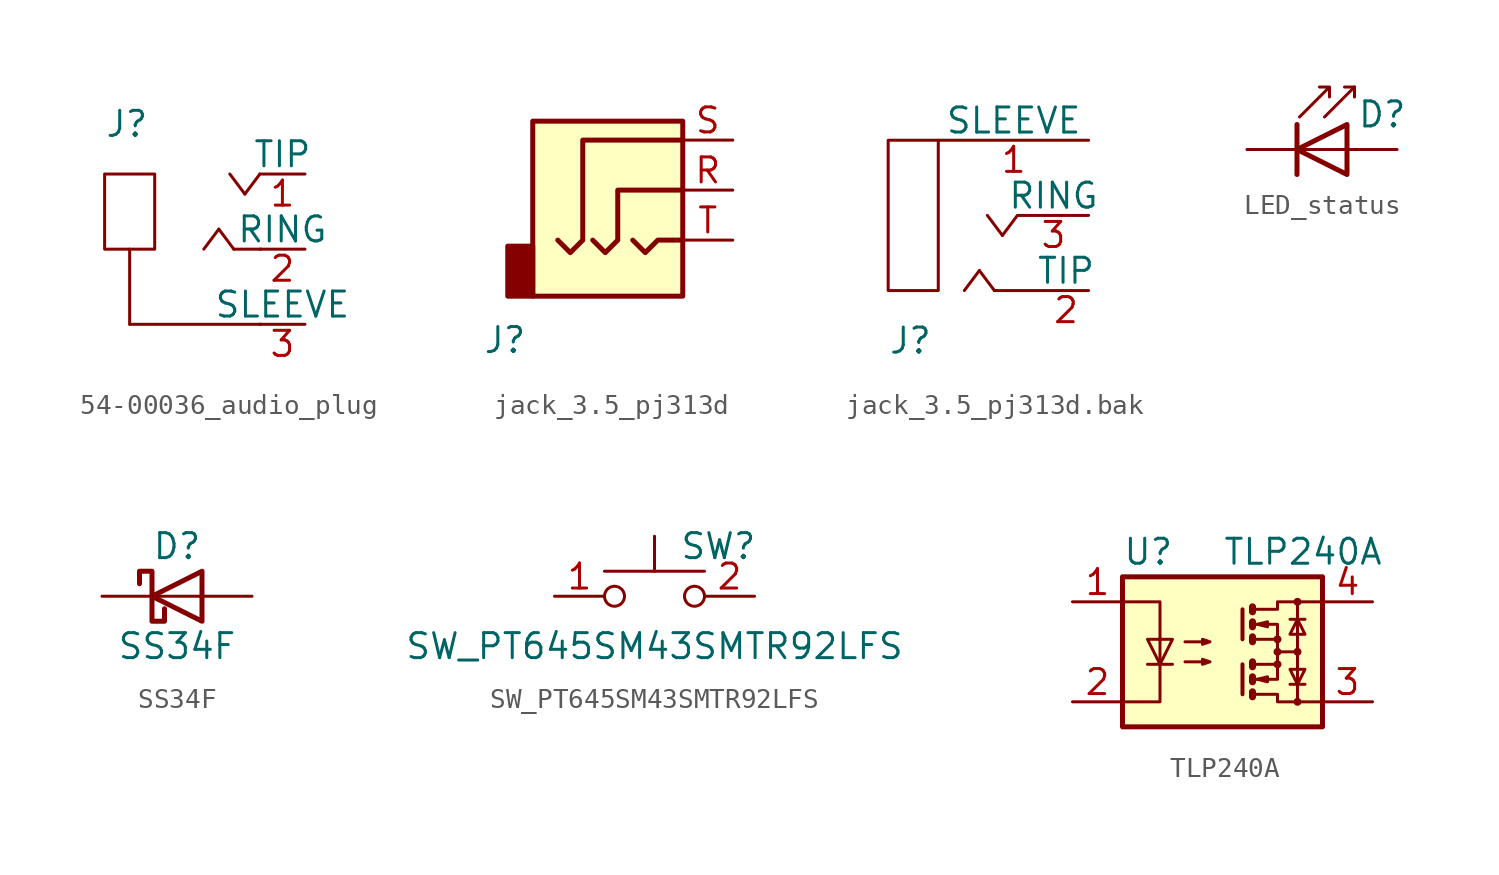
<source format=kicad_sym>
(kicad_symbol_lib
  (version 20220331)
  (generator kicad_symbol_editor)
  (symbol "54-00036_audio_plug"
    (pin_names
      (offset 0))
    (property "Reference" "J"
      (at -7.62 6.35 0)
      (effects (font (size 1.27 1.27)) (justify left)))
    (symbol "54-00036_audio_plug_0_1"
      (polyline (pts (xy -6.35 -3.81) (xy -5.08 -3.81)) (stroke (width 0) (type default)) (fill (type none)))
      (polyline (pts (xy -6.35 0) (xy -6.35 -3.81)) (stroke (width 0) (type default)) (fill (type none)))
      (polyline (pts (xy -5.029 -3.81) (xy 0.305 -3.81)) (stroke (width 0) (type default)) (fill (type none)))
      (polyline (pts (xy -1.067 0) (xy 0.305 0)) (stroke (width 0) (type default)) (fill (type none))))
    (symbol "54-00036_audio_plug_1_1"
      (rectangle (start -7.62 3.81) (end -5.08 0) (stroke (width 0) (type solid)) (fill (type none)))
      (polyline (pts (xy -1.829 1.016) (xy -2.591 0)) (stroke (width 0) (type solid)) (fill (type none)))
      (polyline (pts (xy -1.067 0) (xy -1.829 1.016)) (stroke (width 0) (type solid)) (fill (type none)))
      (polyline (pts (xy -0.508 2.794) (xy -1.27 3.81)) (stroke (width 0) (type solid)) (fill (type none)))
      (polyline (pts (xy 0.254 3.81) (xy -0.508 2.794)) (stroke (width 0) (type solid)) (fill (type none)))
      (pin bidirectional line (at 2.54 3.81 180) (length 2.286) (name "TIP" (effects (font (size 1.27 1.27)))) (number "1" (effects (font (size 1.27 1.27)))))
      (pin bidirectional line (at 2.54 0 180) (length 2.286) (name "RING" (effects (font (size 1.27 1.27)))) (number "2" (effects (font (size 1.27 1.27)))))
      (pin bidirectional line (at 2.54 -3.81 180) (length 2.286) (name "SLEEVE" (effects (font (size 1.27 1.27)))) (number "3" (effects (font (size 1.27 1.27)))))))
  (symbol "jack_3.5_pj313d"
    (pin_names
      (offset 0))
    (property "Reference" "J"
      (at -8.89 -7.62 0)
      (effects (font (size 1.27 1.27)) (justify left)))
    (symbol "jack_3.5_pj313d_0_1"
      (rectangle (start -6.35 -5.385) (end -7.62 -2.845) (stroke (width 0.254) (type default)) (fill (type outline)))
      (rectangle (start -6.35 3.505) (end 1.27 -5.385) (stroke (width 0.254) (type default)) (fill (type background)))
      (polyline (pts (xy -1.27 -2.54) (xy -0.635 -3.175) (xy 0 -2.54) (xy 1.27 -2.54)) (stroke (width 0.254) (type default)) (fill (type none)))
      (polyline (pts (xy -3.302 -2.54) (xy -2.667 -3.175) (xy -2.032 -2.54) (xy -2.032 0) (xy 1.143 0)) (stroke (width 0.254) (type default)) (fill (type none)))
      (polyline (pts (xy 1.27 2.54) (xy -3.81 2.54) (xy -3.81 -2.54) (xy -4.445 -3.175) (xy -5.08 -2.54)) (stroke (width 0.254) (type default)) (fill (type none))))
    (symbol "jack_3.5_pj313d_1_1"
      (pin passive line (at 3.81 0 180) (length 2.54) (name "" (effects (font (size 1.27 1.27)))) (number "R" (effects (font (size 1.27 1.27)))))
      (pin passive line (at 3.81 2.54 180) (length 2.54) (name "" (effects (font (size 1.27 1.27)))) (number "S" (effects (font (size 1.27 1.27)))))
      (pin passive line (at 3.81 -2.54 180) (length 2.54) (name "" (effects (font (size 1.27 1.27)))) (number "T" (effects (font (size 1.27 1.27)))))))
  (symbol "jack_3.5_pj313d.bak"
    (pin_names
      (offset 0))
    (property "Reference" "J"
      (at -8.89 -7.62 0)
      (effects (font (size 1.27 1.27)) (justify left)))
    (symbol "jack_3.5_pj313d.bak_0_1"
      (polyline (pts (xy -3.505 -5.08) (xy -1.016 -5.08)) (stroke (width 0) (type default)) (fill (type none))))
    (symbol "jack_3.5_pj313d.bak_1_1"
      (rectangle (start -8.89 2.54) (end -6.35 -5.08) (stroke (width 0) (type solid)) (fill (type none)))
      (polyline (pts (xy -4.267 -4.064) (xy -5.029 -5.08)) (stroke (width 0) (type solid)) (fill (type none)))
      (polyline (pts (xy -3.505 -5.08) (xy -4.267 -4.064)) (stroke (width 0) (type solid)) (fill (type none)))
      (polyline (pts (xy -3.099 -2.286) (xy -3.861 -1.27)) (stroke (width 0) (type solid)) (fill (type none)))
      (polyline (pts (xy -2.337 -1.27) (xy -3.099 -2.286)) (stroke (width 0) (type solid)) (fill (type none)))
      (pin bidirectional line (at 1.27 2.54 180) (length 7.595) (name "SLEEVE" (effects (font (size 1.27 1.27)))) (number "1" (effects (font (size 1.27 1.27)))))
      (pin bidirectional line (at 1.27 -5.08 180) (length 2.286) (name "TIP" (effects (font (size 1.27 1.27)))) (number "2" (effects (font (size 1.27 1.27)))))
      (pin bidirectional line (at 1.27 -1.27 180) (length 3.556) (name "RING" (effects (font (size 1.27 1.27)))) (number "3" (effects (font (size 1.27 1.27)))))))
  (symbol "LED_status"
    (pin_numbers hide)
    (pin_names
      (offset 1.016) hide)
    (property "Reference" "D"
      (at 0.508 1.778 0)
      (effects (font (size 1.27 1.27)) (justify left)))
    (symbol "LED_status_0_1"
      (polyline (pts (xy -2.54 1.27) (xy -2.54 -1.27)) (stroke (width 0.254) (type default)) (fill (type none)))
      (polyline (pts (xy 0 0) (xy -2.54 0)) (stroke (width 0) (type default)) (fill (type none)))
      (polyline (pts (xy 0.381 3.175) (xy -0.127 3.175)) (stroke (width 0) (type default)) (fill (type none)))
      (polyline (pts (xy -1.143 1.651) (xy 0.381 3.175) (xy 0.381 2.667)) (stroke (width 0) (type default)) (fill (type none)))
      (polyline (pts (xy 0 -1.27) (xy -2.54 0) (xy 0 1.27) (xy 0 -1.27)) (stroke (width 0.254) (type default)) (fill (type none)))
      (polyline (pts (xy -2.413 1.651) (xy -0.889 3.175) (xy -0.889 2.667) (xy -0.889 3.175) (xy -1.397 3.175)) (stroke (width 0) (type default)) (fill (type none))))
    (symbol "LED_status_1_1"
      (pin passive line (at -5.08 0 0) (length 2.54) (name "K" (effects (font (size 1.27 1.27)))) (number "1" (effects (font (size 1.27 1.27)))))
      (pin passive line (at 2.54 0 180) (length 2.54) (name "A" (effects (font (size 1.27 1.27)))) (number "2" (effects (font (size 1.27 1.27)))))))
  (symbol "SS34F"
    (pin_numbers hide)
    (pin_names
      (offset 1.016) hide)
    (property "Reference" "D"
      (at 0 2.54 0)
      (effects (font (size 1.27 1.27))))
    (property "Value" "SS34F"
      (at 0 -2.54 0)
      (effects (font (size 1.27 1.27))))
    (symbol "SS34F_0_1"
      (polyline (pts (xy 1.27 0) (xy -1.27 0)) (stroke (width 0) (type default)) (fill (type none)))
      (polyline (pts (xy 1.27 1.27) (xy 1.27 -1.27) (xy -1.27 0) (xy 1.27 1.27)) (stroke (width 0.254) (type default)) (fill (type none)))
      (polyline (pts (xy -1.905 0.635) (xy -1.905 1.27) (xy -1.27 1.27) (xy -1.27 -1.27) (xy -0.635 -1.27) (xy -0.635 -0.635)) (stroke (width 0.254) (type default)) (fill (type none))))
    (symbol "SS34F_1_1"
      (pin passive line (at -3.81 0 0) (length 2.54) (name "K" (effects (font (size 1.27 1.27)))) (number "1" (effects (font (size 1.27 1.27)))))
      (pin passive line (at 3.81 0 180) (length 2.54) (name "A" (effects (font (size 1.27 1.27)))) (number "2" (effects (font (size 1.27 1.27)))))))
  (symbol "SW_PT645SM43SMTR92LFS"
    (pin_names
      (offset 1.016) hide)
    (property "Reference" "SW"
      (at 1.27 2.54 0)
      (effects (font (size 1.27 1.27)) (justify left)))
    (property "Value" "SW_PT645SM43SMTR92LFS"
      (at 0 -2.54 0)
      (effects (font (size 1.27 1.27))))
    (symbol "SW_PT645SM43SMTR92LFS_0_1"
      (circle (center -2.032 0) (radius 0.508) (stroke (width 0) (type default)) (fill (type none)))
      (polyline (pts (xy 0 1.27) (xy 0 3.048)) (stroke (width 0) (type default)) (fill (type none)))
      (polyline (pts (xy 2.54 1.27) (xy -2.54 1.27)) (stroke (width 0) (type default)) (fill (type none)))
      (circle (center 2.032 0) (radius 0.508) (stroke (width 0) (type default)) (fill (type none)))
      (pin passive line (at -5.08 0 0) (length 2.54) (name "1" (effects (font (size 1.27 1.27)))) (number "1" (effects (font (size 1.27 1.27)))))
      (pin passive line (at 5.08 0 180) (length 2.54) (name "2" (effects (font (size 1.27 1.27)))) (number "2" (effects (font (size 1.27 1.27)))))))
  (symbol "TLP240A"
    (pin_names
      (offset 1.016))
    (property "Reference" "U"
      (at -5.08 5.08 0)
      (effects (font (size 1.27 1.27)) (justify left)))
    (property "Value" "TLP240A"
      (at 0 5.08 0)
      (effects (font (size 1.27 1.27)) (justify left)))
    (symbol "TLP240A_0_1"
      (rectangle (start -5.08 3.81) (end 5.08 -3.81) (stroke (width 0.254) (type solid)) (fill (type background)))
      (polyline (pts (xy -3.81 -0.635) (xy -2.54 -0.635)) (stroke (width 0) (type solid)) (fill (type none)))
      (polyline (pts (xy -3.175 0.635) (xy -3.175 -0.635)) (stroke (width 0) (type solid)) (fill (type none)))
      (polyline (pts (xy 1.016 -0.635) (xy 1.016 -2.159)) (stroke (width 0.203) (type solid)) (fill (type none)))
      (polyline (pts (xy 1.016 2.159) (xy 1.016 0.635)) (stroke (width 0.203) (type solid)) (fill (type none)))
      (polyline (pts (xy 1.524 -0.508) (xy 1.524 -0.762)) (stroke (width 0.356) (type solid)) (fill (type none)))
      (polyline (pts (xy 2.794 0) (xy 3.81 0)) (stroke (width 0) (type solid)) (fill (type none)))
      (polyline (pts (xy 3.429 -1.651) (xy 4.191 -1.651)) (stroke (width 0) (type solid)) (fill (type none)))
      (polyline (pts (xy 3.429 1.651) (xy 4.191 1.651)) (stroke (width 0) (type solid)) (fill (type none)))
      (polyline (pts (xy 3.81 0) (xy 3.81 -2.54)) (stroke (width 0) (type solid)) (fill (type none)))
      (polyline (pts (xy 3.81 0) (xy 3.81 2.54)) (stroke (width 0) (type solid)) (fill (type none)))
      (polyline (pts (xy -5.08 2.54) (xy -3.175 2.54) (xy -3.175 0.635)) (stroke (width 0) (type solid)) (fill (type none)))
      (polyline (pts (xy -3.175 -0.635) (xy -3.175 -2.54) (xy -5.08 -2.54)) (stroke (width 0) (type solid)) (fill (type none)))
      (polyline (pts (xy 1.524 -2.032) (xy 1.524 -2.286) (xy 1.524 -2.286)) (stroke (width 0.356) (type solid)) (fill (type none)))
      (polyline (pts (xy 1.524 -1.27) (xy 1.524 -1.524) (xy 1.524 -1.524)) (stroke (width 0.356) (type solid)) (fill (type none)))
      (polyline (pts (xy 1.524 0.762) (xy 1.524 0.508) (xy 1.524 0.508)) (stroke (width 0.356) (type solid)) (fill (type none)))
      (polyline (pts (xy 1.524 1.524) (xy 1.524 1.27) (xy 1.524 1.27)) (stroke (width 0.356) (type solid)) (fill (type none)))
      (polyline (pts (xy 1.524 2.286) (xy 1.524 2.032) (xy 1.524 2.032)) (stroke (width 0.356) (type solid)) (fill (type none)))
      (polyline (pts (xy 1.651 -1.397) (xy 2.794 -1.397) (xy 2.794 -0.635)) (stroke (width 0) (type solid)) (fill (type none)))
      (polyline (pts (xy 1.651 1.397) (xy 2.794 1.397) (xy 2.794 0.635)) (stroke (width 0) (type solid)) (fill (type none)))
      (polyline (pts (xy -3.175 -0.635) (xy -3.81 0.635) (xy -2.54 0.635) (xy -3.175 -0.635)) (stroke (width 0) (type solid)) (fill (type none)))
      (polyline (pts (xy 1.651 -2.159) (xy 2.794 -2.159) (xy 2.794 -2.54) (xy 5.08 -2.54)) (stroke (width 0) (type solid)) (fill (type none)))
      (polyline (pts (xy 1.651 -0.635) (xy 2.794 -0.635) (xy 2.794 0.635) (xy 1.651 0.635)) (stroke (width 0) (type solid)) (fill (type none)))
      (polyline (pts (xy 1.651 2.159) (xy 2.794 2.159) (xy 2.794 2.54) (xy 5.08 2.54)) (stroke (width 0) (type solid)) (fill (type none)))
      (polyline (pts (xy 1.778 -1.397) (xy 2.286 -1.27) (xy 2.286 -1.524) (xy 1.778 -1.397)) (stroke (width 0) (type solid)) (fill (type none)))
      (polyline (pts (xy 1.778 1.397) (xy 2.286 1.524) (xy 2.286 1.27) (xy 1.778 1.397)) (stroke (width 0) (type solid)) (fill (type none)))
      (polyline (pts (xy 3.81 -1.651) (xy 3.429 -0.889) (xy 4.191 -0.889) (xy 3.81 -1.651)) (stroke (width 0) (type solid)) (fill (type none)))
      (polyline (pts (xy 3.81 1.651) (xy 3.429 0.889) (xy 4.191 0.889) (xy 3.81 1.651)) (stroke (width 0) (type solid)) (fill (type none)))
      (polyline (pts (xy -1.905 -0.508) (xy -0.635 -0.508) (xy -1.016 -0.635) (xy -1.016 -0.381) (xy -0.635 -0.508)) (stroke (width 0) (type solid)) (fill (type none)))
      (polyline (pts (xy -1.905 0.508) (xy -0.635 0.508) (xy -1.016 0.381) (xy -1.016 0.635) (xy -0.635 0.508)) (stroke (width 0) (type solid)) (fill (type none)))
      (circle (center 2.794 -0.635) (radius 0.127) (stroke (width 0) (type solid)) (fill (type none)))
      (circle (center 2.794 0) (radius 0.127) (stroke (width 0) (type solid)) (fill (type none)))
      (circle (center 2.794 0.635) (radius 0.127) (stroke (width 0) (type solid)) (fill (type none)))
      (circle (center 3.81 -2.54) (radius 0.127) (stroke (width 0) (type solid)) (fill (type none)))
      (circle (center 3.81 0) (radius 0.127) (stroke (width 0) (type solid)) (fill (type none)))
      (circle (center 3.81 2.54) (radius 0.127) (stroke (width 0) (type solid)) (fill (type none))))
    (symbol "TLP240A_1_1"
      (pin passive line (at -7.62 2.54 0) (length 2.54) (name "~" (effects (font (size 1.27 1.27)))) (number "1" (effects (font (size 1.27 1.27)))))
      (pin power_in line (at -7.62 -2.54 0) (length 2.54) (name "~" (effects (font (size 1.27 1.27)))) (number "2" (effects (font (size 1.27 1.27)))))
      (pin passive line (at 7.62 -2.54 180) (length 2.54) (name "~" (effects (font (size 1.27 1.27)))) (number "3" (effects (font (size 1.27 1.27)))))
      (pin passive line (at 7.62 2.54 180) (length 2.54) (name "~" (effects (font (size 1.27 1.27)))) (number "4" (effects (font (size 1.27 1.27))))))))
</source>
